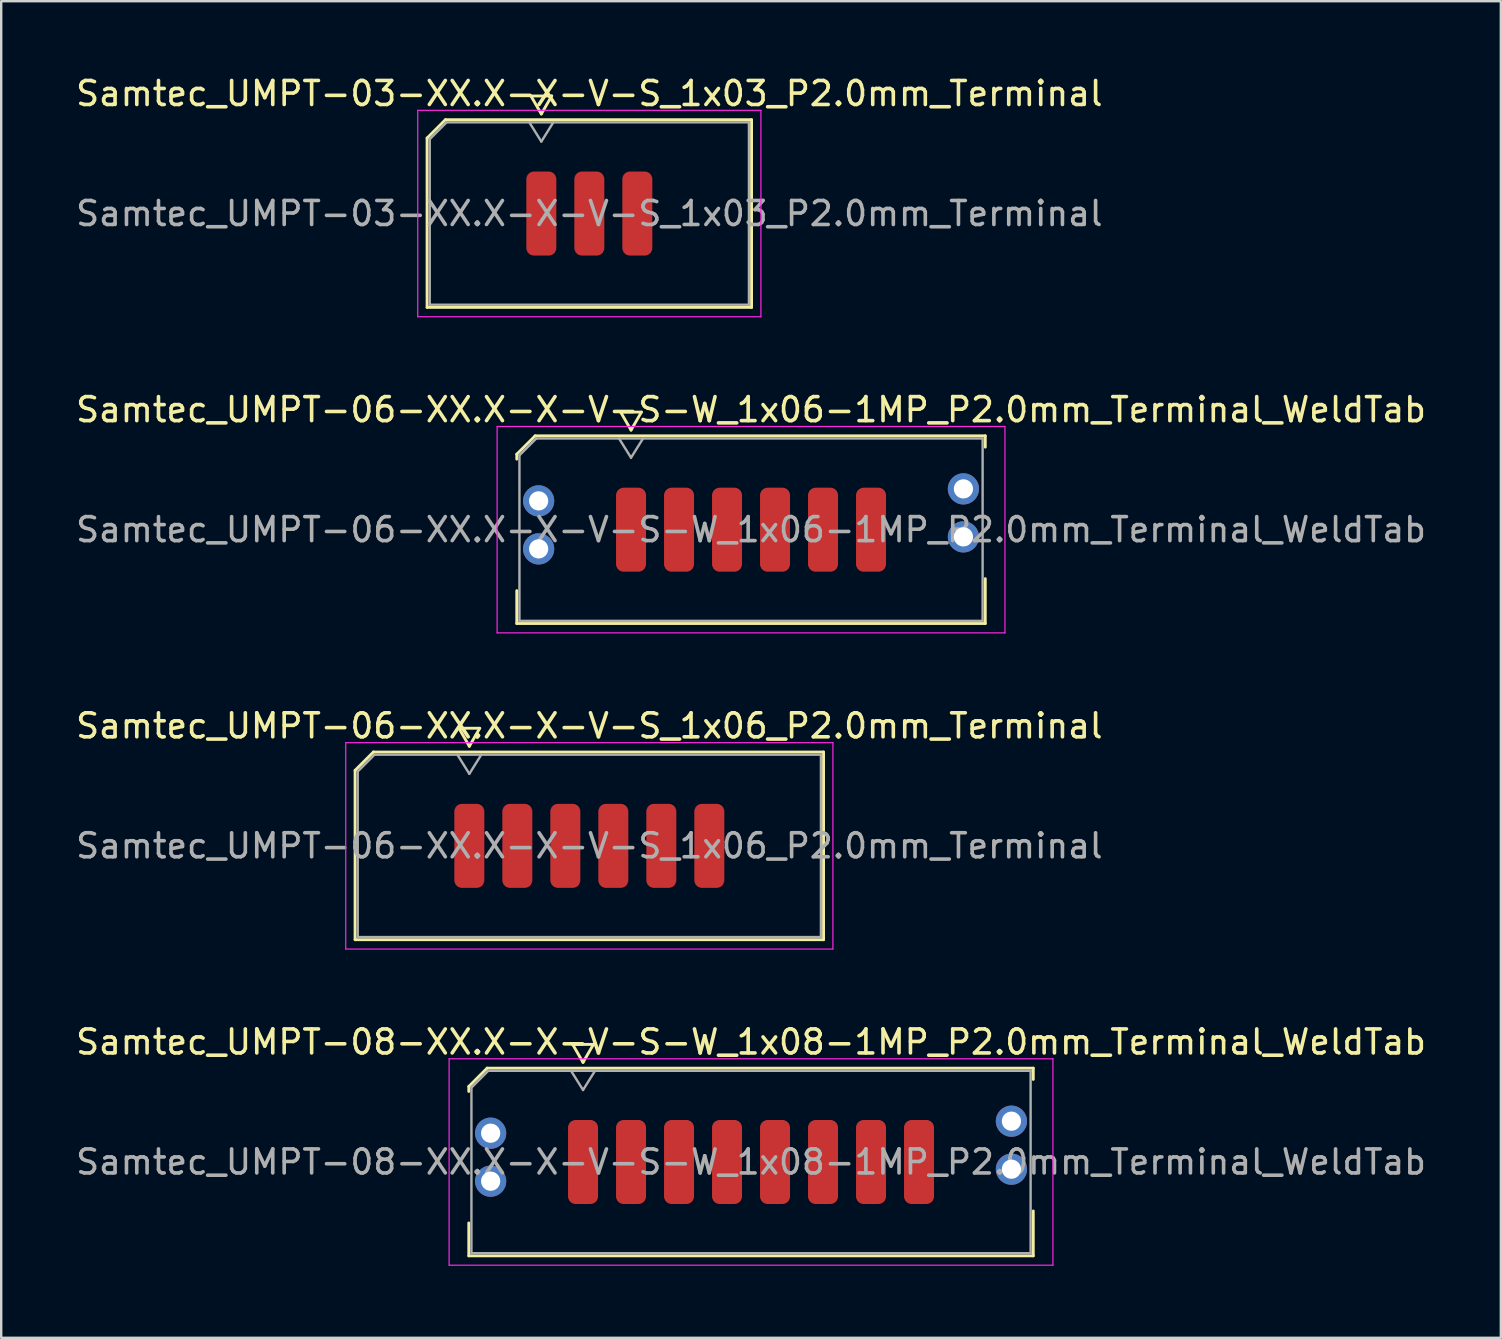
<source format=kicad_pcb>
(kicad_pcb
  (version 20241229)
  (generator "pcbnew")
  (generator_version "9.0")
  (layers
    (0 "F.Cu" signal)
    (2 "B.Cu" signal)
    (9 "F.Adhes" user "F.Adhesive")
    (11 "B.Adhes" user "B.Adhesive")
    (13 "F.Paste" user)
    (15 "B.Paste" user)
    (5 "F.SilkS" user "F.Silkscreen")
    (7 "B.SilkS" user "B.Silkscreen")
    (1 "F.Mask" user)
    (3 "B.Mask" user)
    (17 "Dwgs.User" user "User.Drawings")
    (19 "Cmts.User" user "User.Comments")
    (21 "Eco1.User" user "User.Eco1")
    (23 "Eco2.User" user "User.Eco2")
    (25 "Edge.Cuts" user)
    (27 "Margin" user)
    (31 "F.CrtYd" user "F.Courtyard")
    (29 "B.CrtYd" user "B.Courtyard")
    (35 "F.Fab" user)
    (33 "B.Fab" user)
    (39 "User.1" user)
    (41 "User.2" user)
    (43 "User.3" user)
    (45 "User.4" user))
  (footprint "Samtec_UMPT-06-XX.X-X-V-S-W_1x06-1MP_P2.0mm_Terminal_WeldTab"
    (layer "F.Cu")
    (at 28.244 19.021)
    (property "Reference" "Samtec_UMPT-06-XX.X-X-V-S-W_1x06-1MP_P2.0mm_Terminal_WeldTab" (at 0 -5 0) (layer "F.SilkS") (effects (font (size 1 1) (thickness 0.15))))
    (attr smd)
    (fp_line (start -9.76 -3.146) (end -8.996 -3.91) (stroke (width 0.12) (type solid)) (layer "F.SilkS"))
    (fp_line (start -9.76 -2.94) (end -9.76 -3.146) (stroke (width 0.12) (type solid)) (layer "F.SilkS"))
    (fp_line (start -9.76 3.91) (end -9.76 2.54) (stroke (width 0.12) (type solid)) (layer "F.SilkS"))
    (fp_line (start -8.996 -3.91) (end 9.76 -3.91) (stroke (width 0.12) (type solid)) (layer "F.SilkS"))
    (fp_line (start -5.433 -4.9) (end -5 -4.15) (stroke (width 0.12) (type solid)) (layer "F.SilkS"))
    (fp_line (start -5 -4.15) (end -4.567 -4.9) (stroke (width 0.12) (type solid)) (layer "F.SilkS"))
    (fp_line (start -4.567 -4.9) (end -5.433 -4.9) (stroke (width 0.12) (type solid)) (layer "F.SilkS"))
    (fp_line (start 9.76 -3.91) (end 9.76 -3.44) (stroke (width 0.12) (type solid)) (layer "F.SilkS"))
    (fp_line (start 9.76 2.04) (end 9.76 3.91) (stroke (width 0.12) (type solid)) (layer "F.SilkS"))
    (fp_line (start 9.76 3.91) (end -9.76 3.91) (stroke (width 0.12) (type solid)) (layer "F.SilkS"))
    (fp_line (start -10.58 -4.3) (end -10.58 4.3) (stroke (width 0.05) (type solid)) (layer "F.CrtYd"))
    (fp_line (start -10.58 4.3) (end 10.58 4.3) (stroke (width 0.05) (type solid)) (layer "F.CrtYd"))
    (fp_line (start 10.58 -4.3) (end -10.58 -4.3) (stroke (width 0.05) (type solid)) (layer "F.CrtYd"))
    (fp_line (start 10.58 4.3) (end 10.58 -4.3) (stroke (width 0.05) (type solid)) (layer "F.CrtYd"))
    (fp_line (start -9.65 -3.1) (end -8.95 -3.8) (stroke (width 0.1) (type solid)) (layer "F.Fab"))
    (fp_line (start -9.65 3.8) (end -9.65 -3.1) (stroke (width 0.1) (type solid)) (layer "F.Fab"))
    (fp_line (start -8.95 -3.8) (end 9.65 -3.8) (stroke (width 0.1) (type solid)) (layer "F.Fab"))
    (fp_line (start -5.5 -3.8) (end -5 -3) (stroke (width 0.1) (type solid)) (layer "F.Fab"))
    (fp_line (start -5 -3) (end -4.5 -3.8) (stroke (width 0.1) (type solid)) (layer "F.Fab"))
    (fp_line (start 9.65 -3.8) (end 9.65 3.8) (stroke (width 0.1) (type solid)) (layer "F.Fab"))
    (fp_line (start 9.65 3.8) (end -9.65 3.8) (stroke (width 0.1) (type solid)) (layer "F.Fab"))
    (fp_text user "${REFERENCE}" (at 0 0 0) (layer "F.Fab") (effects (font (size 1 1) (thickness 0.15))))
    (pad "" smd rect (at -8.85 -1.54) (size 2.45 2.28) (layers "F.Paste"))
    (pad "" smd rect (at -8.85 1.14) (size 2.45 2.28) (layers "F.Paste"))
    (pad "" smd rect (at 8.85 -2.04) (size 2.45 2.28) (layers "F.Paste"))
    (pad "" smd rect (at 8.85 0.64) (size 2.45 2.28) (layers "F.Paste"))
    (pad "1" smd roundrect (at -5 0) (size 1.25 3.5) (layers "F.Cu" "F.Mask" "F.Paste") (roundrect_rratio 0.25))
    (pad "2" smd roundrect (at -3 0) (size 1.25 3.5) (layers "F.Cu" "F.Mask" "F.Paste") (roundrect_rratio 0.25))
    (pad "3" smd roundrect (at -1 0) (size 1.25 3.5) (layers "F.Cu" "F.Mask" "F.Paste") (roundrect_rratio 0.25))
    (pad "4" smd roundrect (at 1 0) (size 1.25 3.5) (layers "F.Cu" "F.Mask" "F.Paste") (roundrect_rratio 0.25))
    (pad "5" smd roundrect (at 3 0) (size 1.25 3.5) (layers "F.Cu" "F.Mask" "F.Paste") (roundrect_rratio 0.25))
    (pad "6" smd roundrect (at 5 0) (size 1.25 3.5) (layers "F.Cu" "F.Mask" "F.Paste") (roundrect_rratio 0.25))
    (pad "MP" thru_hole circle (at -8.85 -1.2) (size 1.3 1.3) (drill 0.8) (layers "*.Cu" "*.Mask"))
    (pad "MP" thru_hole circle (at -8.85 0.8) (size 1.3 1.3) (drill 0.8) (layers "*.Cu" "*.Mask"))
    (pad "MP" thru_hole circle (at 8.85 -1.7) (size 1.3 1.3) (drill 0.8) (layers "*.Cu" "*.Mask"))
    (pad "MP" thru_hole circle (at 8.85 0.3) (size 1.3 1.3) (drill 0.8) (layers "*.Cu" "*.Mask")))
  (footprint "Samtec_UMPT-03-XX.X-X-V-S_1x03_P2.0mm_Terminal"
    (layer "F.Cu")
    (at 21.506 5.848)
    (property "Reference" "Samtec_UMPT-03-XX.X-X-V-S_1x03_P2.0mm_Terminal" (at 0 -5 0) (layer "F.SilkS") (effects (font (size 1 1) (thickness 0.15))))
    (attr smd)
    (fp_line (start -6.76 -3.146) (end -5.996 -3.91) (stroke (width 0.12) (type solid)) (layer "F.SilkS"))
    (fp_line (start -6.76 3.91) (end -6.76 -3.146) (stroke (width 0.12) (type solid)) (layer "F.SilkS"))
    (fp_line (start -5.996 -3.91) (end 6.76 -3.91) (stroke (width 0.12) (type solid)) (layer "F.SilkS"))
    (fp_line (start -2.433 -4.9) (end -2 -4.15) (stroke (width 0.12) (type solid)) (layer "F.SilkS"))
    (fp_line (start -2 -4.15) (end -1.567 -4.9) (stroke (width 0.12) (type solid)) (layer "F.SilkS"))
    (fp_line (start -1.567 -4.9) (end -2.433 -4.9) (stroke (width 0.12) (type solid)) (layer "F.SilkS"))
    (fp_line (start 6.76 -3.91) (end 6.76 3.91) (stroke (width 0.12) (type solid)) (layer "F.SilkS"))
    (fp_line (start 6.76 3.91) (end -6.76 3.91) (stroke (width 0.12) (type solid)) (layer "F.SilkS"))
    (fp_line (start -7.15 -4.3) (end -7.15 4.3) (stroke (width 0.05) (type solid)) (layer "F.CrtYd"))
    (fp_line (start -7.15 4.3) (end 7.15 4.3) (stroke (width 0.05) (type solid)) (layer "F.CrtYd"))
    (fp_line (start 7.15 -4.3) (end -7.15 -4.3) (stroke (width 0.05) (type solid)) (layer "F.CrtYd"))
    (fp_line (start 7.15 4.3) (end 7.15 -4.3) (stroke (width 0.05) (type solid)) (layer "F.CrtYd"))
    (fp_line (start -6.65 -3.1) (end -5.95 -3.8) (stroke (width 0.1) (type solid)) (layer "F.Fab"))
    (fp_line (start -6.65 3.8) (end -6.65 -3.1) (stroke (width 0.1) (type solid)) (layer "F.Fab"))
    (fp_line (start -5.95 -3.8) (end 6.65 -3.8) (stroke (width 0.1) (type solid)) (layer "F.Fab"))
    (fp_line (start -2.5 -3.8) (end -2 -3) (stroke (width 0.1) (type solid)) (layer "F.Fab"))
    (fp_line (start -2 -3) (end -1.5 -3.8) (stroke (width 0.1) (type solid)) (layer "F.Fab"))
    (fp_line (start 6.65 -3.8) (end 6.65 3.8) (stroke (width 0.1) (type solid)) (layer "F.Fab"))
    (fp_line (start 6.65 3.8) (end -6.65 3.8) (stroke (width 0.1) (type solid)) (layer "F.Fab"))
    (fp_text user "${REFERENCE}" (at 0 0 0) (layer "F.Fab") (effects (font (size 1 1) (thickness 0.15))))
    (pad "1" smd roundrect (at -2 0) (size 1.25 3.5) (layers "F.Cu" "F.Mask" "F.Paste") (roundrect_rratio 0.25))
    (pad "2" smd roundrect (at 0 0) (size 1.25 3.5) (layers "F.Cu" "F.Mask" "F.Paste") (roundrect_rratio 0.25))
    (pad "3" smd roundrect (at 2 0) (size 1.25 3.5) (layers "F.Cu" "F.Mask" "F.Paste") (roundrect_rratio 0.25)))
  (footprint "Samtec_UMPT-08-XX.X-X-V-S-W_1x08-1MP_P2.0mm_Terminal_WeldTab"
    (layer "F.Cu")
    (at 28.244 45.368)
    (property "Reference" "Samtec_UMPT-08-XX.X-X-V-S-W_1x08-1MP_P2.0mm_Terminal_WeldTab" (at 0 -5 0) (layer "F.SilkS") (effects (font (size 1 1) (thickness 0.15))))
    (attr smd)
    (fp_line (start -11.76 -3.146) (end -10.996 -3.91) (stroke (width 0.12) (type solid)) (layer "F.SilkS"))
    (fp_line (start -11.76 -2.94) (end -11.76 -3.146) (stroke (width 0.12) (type solid)) (layer "F.SilkS"))
    (fp_line (start -11.76 3.91) (end -11.76 2.54) (stroke (width 0.12) (type solid)) (layer "F.SilkS"))
    (fp_line (start -10.996 -3.91) (end 11.76 -3.91) (stroke (width 0.12) (type solid)) (layer "F.SilkS"))
    (fp_line (start -7.433 -4.9) (end -7 -4.15) (stroke (width 0.12) (type solid)) (layer "F.SilkS"))
    (fp_line (start -7 -4.15) (end -6.567 -4.9) (stroke (width 0.12) (type solid)) (layer "F.SilkS"))
    (fp_line (start -6.567 -4.9) (end -7.433 -4.9) (stroke (width 0.12) (type solid)) (layer "F.SilkS"))
    (fp_line (start 11.76 -3.91) (end 11.76 -3.44) (stroke (width 0.12) (type solid)) (layer "F.SilkS"))
    (fp_line (start 11.76 2.04) (end 11.76 3.91) (stroke (width 0.12) (type solid)) (layer "F.SilkS"))
    (fp_line (start 11.76 3.91) (end -11.76 3.91) (stroke (width 0.12) (type solid)) (layer "F.SilkS"))
    (fp_line (start -12.58 -4.3) (end -12.58 4.3) (stroke (width 0.05) (type solid)) (layer "F.CrtYd"))
    (fp_line (start -12.58 4.3) (end 12.58 4.3) (stroke (width 0.05) (type solid)) (layer "F.CrtYd"))
    (fp_line (start 12.58 -4.3) (end -12.58 -4.3) (stroke (width 0.05) (type solid)) (layer "F.CrtYd"))
    (fp_line (start 12.58 4.3) (end 12.58 -4.3) (stroke (width 0.05) (type solid)) (layer "F.CrtYd"))
    (fp_line (start -11.65 -3.1) (end -10.95 -3.8) (stroke (width 0.1) (type solid)) (layer "F.Fab"))
    (fp_line (start -11.65 3.8) (end -11.65 -3.1) (stroke (width 0.1) (type solid)) (layer "F.Fab"))
    (fp_line (start -10.95 -3.8) (end 11.65 -3.8) (stroke (width 0.1) (type solid)) (layer "F.Fab"))
    (fp_line (start -7.5 -3.8) (end -7 -3) (stroke (width 0.1) (type solid)) (layer "F.Fab"))
    (fp_line (start -7 -3) (end -6.5 -3.8) (stroke (width 0.1) (type solid)) (layer "F.Fab"))
    (fp_line (start 11.65 -3.8) (end 11.65 3.8) (stroke (width 0.1) (type solid)) (layer "F.Fab"))
    (fp_line (start 11.65 3.8) (end -11.65 3.8) (stroke (width 0.1) (type solid)) (layer "F.Fab"))
    (fp_text user "${REFERENCE}" (at 0 0 0) (layer "F.Fab") (effects (font (size 1 1) (thickness 0.15))))
    (pad "" smd rect (at -10.85 -1.54) (size 2.45 2.28) (layers "F.Paste"))
    (pad "" smd rect (at -10.85 1.14) (size 2.45 2.28) (layers "F.Paste"))
    (pad "" smd rect (at 10.85 -2.04) (size 2.45 2.28) (layers "F.Paste"))
    (pad "" smd rect (at 10.85 0.64) (size 2.45 2.28) (layers "F.Paste"))
    (pad "1" smd roundrect (at -7 0) (size 1.25 3.5) (layers "F.Cu" "F.Mask" "F.Paste") (roundrect_rratio 0.25))
    (pad "2" smd roundrect (at -5 0) (size 1.25 3.5) (layers "F.Cu" "F.Mask" "F.Paste") (roundrect_rratio 0.25))
    (pad "3" smd roundrect (at -3 0) (size 1.25 3.5) (layers "F.Cu" "F.Mask" "F.Paste") (roundrect_rratio 0.25))
    (pad "4" smd roundrect (at -1 0) (size 1.25 3.5) (layers "F.Cu" "F.Mask" "F.Paste") (roundrect_rratio 0.25))
    (pad "5" smd roundrect (at 1 0) (size 1.25 3.5) (layers "F.Cu" "F.Mask" "F.Paste") (roundrect_rratio 0.25))
    (pad "6" smd roundrect (at 3 0) (size 1.25 3.5) (layers "F.Cu" "F.Mask" "F.Paste") (roundrect_rratio 0.25))
    (pad "7" smd roundrect (at 5 0) (size 1.25 3.5) (layers "F.Cu" "F.Mask" "F.Paste") (roundrect_rratio 0.25))
    (pad "8" smd roundrect (at 7 0) (size 1.25 3.5) (layers "F.Cu" "F.Mask" "F.Paste") (roundrect_rratio 0.25))
    (pad "MP" thru_hole circle (at -10.85 -1.2) (size 1.3 1.3) (drill 0.8) (layers "*.Cu" "*.Mask"))
    (pad "MP" thru_hole circle (at -10.85 0.8) (size 1.3 1.3) (drill 0.8) (layers "*.Cu" "*.Mask"))
    (pad "MP" thru_hole circle (at 10.85 -1.7) (size 1.3 1.3) (drill 0.8) (layers "*.Cu" "*.Mask"))
    (pad "MP" thru_hole circle (at 10.85 0.3) (size 1.3 1.3) (drill 0.8) (layers "*.Cu" "*.Mask")))
  (footprint "Samtec_UMPT-06-XX.X-X-V-S_1x06_P2.0mm_Terminal"
    (layer "F.Cu")
    (at 21.506 32.195)
    (property "Reference" "Samtec_UMPT-06-XX.X-X-V-S_1x06_P2.0mm_Terminal" (at 0 -5 0) (layer "F.SilkS") (effects (font (size 1 1) (thickness 0.15))))
    (attr smd)
    (fp_line (start -9.76 -3.146) (end -8.996 -3.91) (stroke (width 0.12) (type solid)) (layer "F.SilkS"))
    (fp_line (start -9.76 3.91) (end -9.76 -3.146) (stroke (width 0.12) (type solid)) (layer "F.SilkS"))
    (fp_line (start -8.996 -3.91) (end 9.76 -3.91) (stroke (width 0.12) (type solid)) (layer "F.SilkS"))
    (fp_line (start -5.433 -4.9) (end -5 -4.15) (stroke (width 0.12) (type solid)) (layer "F.SilkS"))
    (fp_line (start -5 -4.15) (end -4.567 -4.9) (stroke (width 0.12) (type solid)) (layer "F.SilkS"))
    (fp_line (start -4.567 -4.9) (end -5.433 -4.9) (stroke (width 0.12) (type solid)) (layer "F.SilkS"))
    (fp_line (start 9.76 -3.91) (end 9.76 3.91) (stroke (width 0.12) (type solid)) (layer "F.SilkS"))
    (fp_line (start 9.76 3.91) (end -9.76 3.91) (stroke (width 0.12) (type solid)) (layer "F.SilkS"))
    (fp_line (start -10.15 -4.3) (end -10.15 4.3) (stroke (width 0.05) (type solid)) (layer "F.CrtYd"))
    (fp_line (start -10.15 4.3) (end 10.15 4.3) (stroke (width 0.05) (type solid)) (layer "F.CrtYd"))
    (fp_line (start 10.15 -4.3) (end -10.15 -4.3) (stroke (width 0.05) (type solid)) (layer "F.CrtYd"))
    (fp_line (start 10.15 4.3) (end 10.15 -4.3) (stroke (width 0.05) (type solid)) (layer "F.CrtYd"))
    (fp_line (start -9.65 -3.1) (end -8.95 -3.8) (stroke (width 0.1) (type solid)) (layer "F.Fab"))
    (fp_line (start -9.65 3.8) (end -9.65 -3.1) (stroke (width 0.1) (type solid)) (layer "F.Fab"))
    (fp_line (start -8.95 -3.8) (end 9.65 -3.8) (stroke (width 0.1) (type solid)) (layer "F.Fab"))
    (fp_line (start -5.5 -3.8) (end -5 -3) (stroke (width 0.1) (type solid)) (layer "F.Fab"))
    (fp_line (start -5 -3) (end -4.5 -3.8) (stroke (width 0.1) (type solid)) (layer "F.Fab"))
    (fp_line (start 9.65 -3.8) (end 9.65 3.8) (stroke (width 0.1) (type solid)) (layer "F.Fab"))
    (fp_line (start 9.65 3.8) (end -9.65 3.8) (stroke (width 0.1) (type solid)) (layer "F.Fab"))
    (fp_text user "${REFERENCE}" (at 0 0 0) (layer "F.Fab") (effects (font (size 1 1) (thickness 0.15))))
    (pad "1" smd roundrect (at -5 0) (size 1.25 3.5) (layers "F.Cu" "F.Mask" "F.Paste") (roundrect_rratio 0.25))
    (pad "2" smd roundrect (at -3 0) (size 1.25 3.5) (layers "F.Cu" "F.Mask" "F.Paste") (roundrect_rratio 0.25))
    (pad "3" smd roundrect (at -1 0) (size 1.25 3.5) (layers "F.Cu" "F.Mask" "F.Paste") (roundrect_rratio 0.25))
    (pad "4" smd roundrect (at 1 0) (size 1.25 3.5) (layers "F.Cu" "F.Mask" "F.Paste") (roundrect_rratio 0.25))
    (pad "5" smd roundrect (at 3 0) (size 1.25 3.5) (layers "F.Cu" "F.Mask" "F.Paste") (roundrect_rratio 0.25))
    (pad "6" smd roundrect (at 5 0) (size 1.25 3.5) (layers "F.Cu" "F.Mask" "F.Paste") (roundrect_rratio 0.25)))
  (gr_rect
    (start -3 -3)
    (end 59.488 52.693)
    (stroke (width 0.1) (type default))
    (fill no)
    (layer "Edge.Cuts")))
</source>
